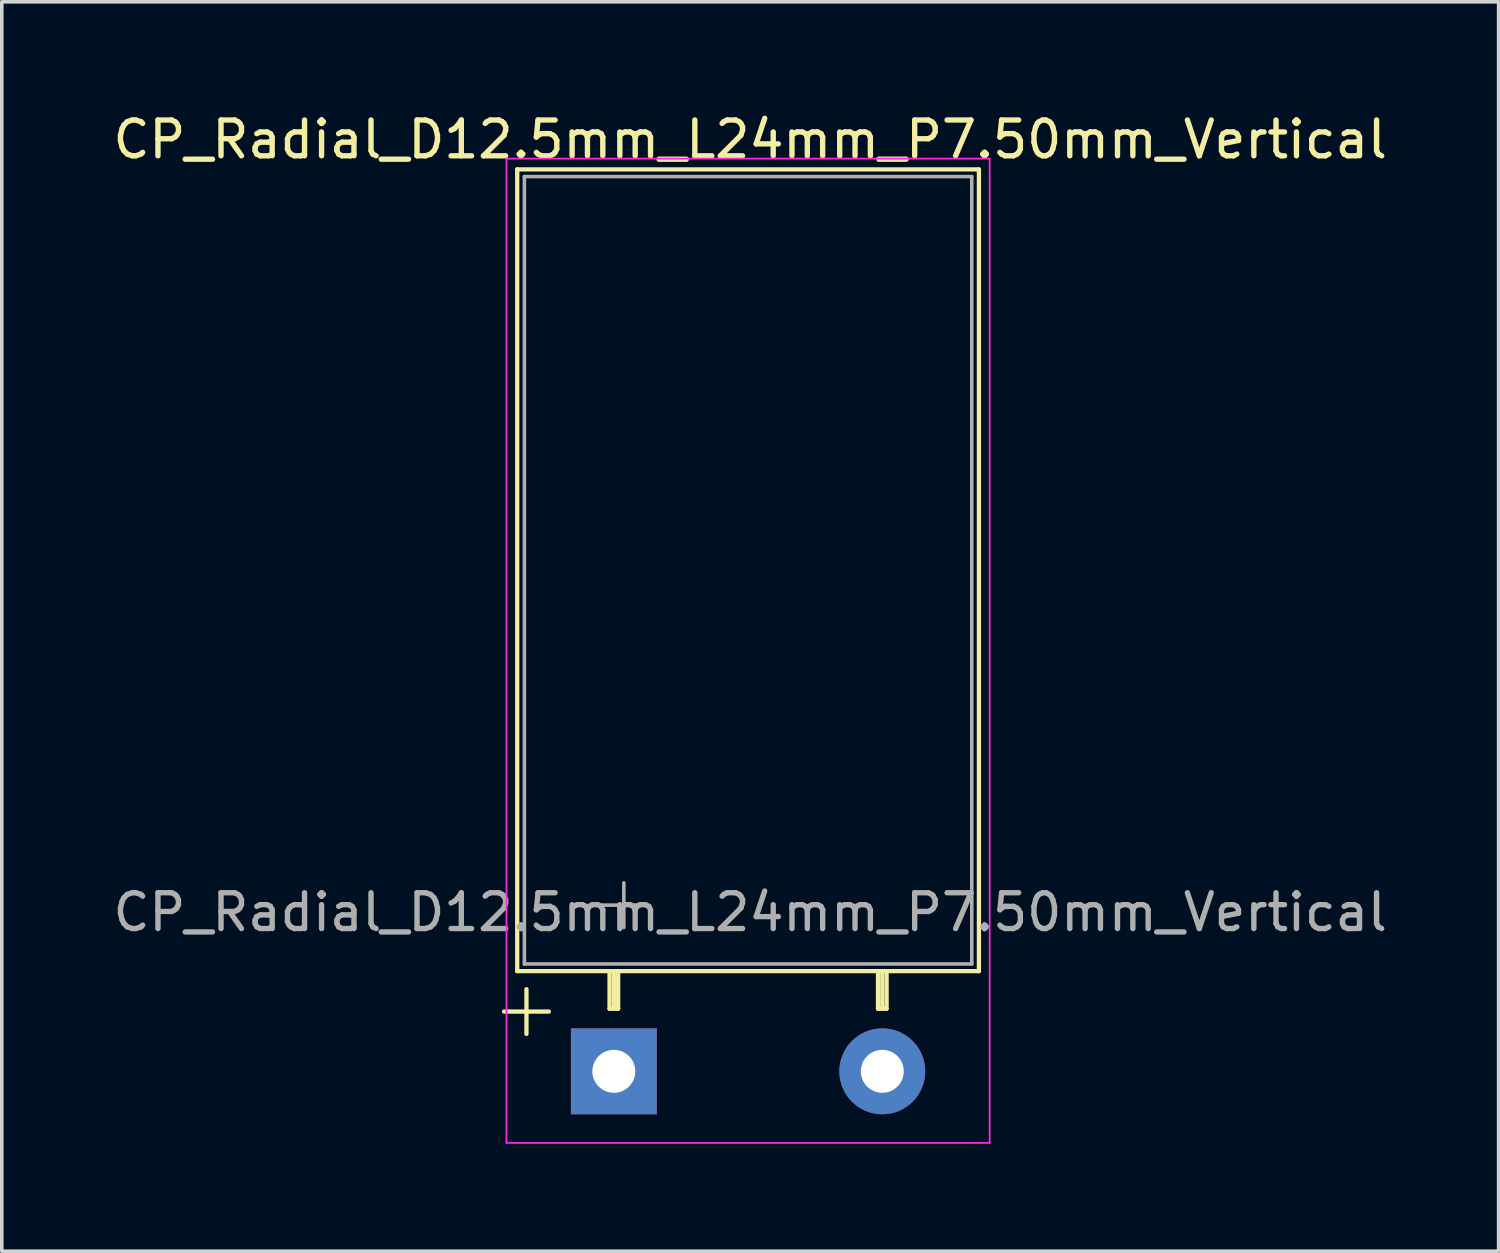
<source format=kicad_pcb>
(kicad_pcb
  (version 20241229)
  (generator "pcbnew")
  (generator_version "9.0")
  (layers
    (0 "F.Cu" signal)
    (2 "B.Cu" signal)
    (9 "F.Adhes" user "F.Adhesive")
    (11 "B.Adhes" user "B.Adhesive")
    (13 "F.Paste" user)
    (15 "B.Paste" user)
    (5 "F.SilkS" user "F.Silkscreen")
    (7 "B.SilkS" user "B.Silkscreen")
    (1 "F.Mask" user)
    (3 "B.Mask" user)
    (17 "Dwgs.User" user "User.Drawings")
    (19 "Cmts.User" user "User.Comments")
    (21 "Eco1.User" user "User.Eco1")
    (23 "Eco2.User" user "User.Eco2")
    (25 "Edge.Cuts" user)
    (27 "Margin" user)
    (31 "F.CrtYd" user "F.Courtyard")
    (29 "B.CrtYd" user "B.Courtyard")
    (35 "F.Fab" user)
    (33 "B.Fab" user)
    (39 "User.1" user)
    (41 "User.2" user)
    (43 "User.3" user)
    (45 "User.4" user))
  (footprint "CP_Radial_D12.5mm_L24mm_P7.50mm_Vertical"
    (layer "F.Cu")
    (at 14.101 26.883)
    (property "Reference" "CP_Radial_D12.5mm_L24mm_P7.50mm_Vertical" (at 3.81 -26.035 0) (layer "F.SilkS") (effects (font (size 1 1) (thickness 0.15))))
    (attr through_hole)
    (fp_line (start -3.067 -1.67) (end -1.817 -1.67) (stroke (width 0.12) (type solid)) (layer "F.SilkS"))
    (fp_line (start -2.7 -25.2) (end -2.7 -2.8) (stroke (width 0.12) (type solid)) (layer "F.SilkS"))
    (fp_line (start -2.7 -25.2) (end 10.2 -25.2) (stroke (width 0.12) (type solid)) (layer "F.SilkS"))
    (fp_line (start -2.7 -2.8) (end 10.2 -2.8) (stroke (width 0.12) (type solid)) (layer "F.SilkS"))
    (fp_line (start -2.442 -2.295) (end -2.442 -1.045) (stroke (width 0.12) (type solid)) (layer "F.SilkS"))
    (fp_line (start -0.12 -2.8) (end -0.12 -1.75) (stroke (width 0.12) (type solid)) (layer "F.SilkS"))
    (fp_line (start -0.12 -1.75) (end 0.12 -1.75) (stroke (width 0.12) (type solid)) (layer "F.SilkS"))
    (fp_line (start 0 -2.8) (end 0 -1.75) (stroke (width 0.12) (type solid)) (layer "F.SilkS"))
    (fp_line (start 0.12 -2.8) (end 0.12 -1.75) (stroke (width 0.12) (type solid)) (layer "F.SilkS"))
    (fp_line (start 7.38 -2.8) (end 7.38 -1.75) (stroke (width 0.12) (type solid)) (layer "F.SilkS"))
    (fp_line (start 7.38 -1.75) (end 7.62 -1.75) (stroke (width 0.12) (type solid)) (layer "F.SilkS"))
    (fp_line (start 7.5 -2.8) (end 7.5 -1.75) (stroke (width 0.12) (type solid)) (layer "F.SilkS"))
    (fp_line (start 7.62 -2.8) (end 7.62 -1.75) (stroke (width 0.12) (type solid)) (layer "F.SilkS"))
    (fp_line (start 10.2 -25.2) (end 10.2 -2.8) (stroke (width 0.12) (type solid)) (layer "F.SilkS"))
    (fp_line (start -3 -25.5) (end -3 2) (stroke (width 0.05) (type solid)) (layer "F.CrtYd"))
    (fp_line (start -3 -25.5) (end 10.5 -25.5) (stroke (width 0.05) (type solid)) (layer "F.CrtYd"))
    (fp_line (start -3 2) (end 10.5 2) (stroke (width 0.05) (type solid)) (layer "F.CrtYd"))
    (fp_line (start 10.5 -25.5) (end 10.5 2) (stroke (width 0.05) (type solid)) (layer "F.CrtYd"))
    (fp_line (start -2.5 -25) (end -2.5 -3) (stroke (width 0.1) (type solid)) (layer "F.Fab"))
    (fp_line (start -2.5 -25) (end 10 -25) (stroke (width 0.1) (type solid)) (layer "F.Fab"))
    (fp_line (start -2.5 -3) (end 10 -3) (stroke (width 0.1) (type solid)) (layer "F.Fab"))
    (fp_line (start -0.346 -4.643) (end 0.904 -4.643) (stroke (width 0.1) (type solid)) (layer "F.Fab"))
    (fp_line (start 0.279 -5.268) (end 0.279 -4.018) (stroke (width 0.1) (type solid)) (layer "F.Fab"))
    (fp_line (start 10 -3) (end 10 -25) (stroke (width 0.1) (type solid)) (layer "F.Fab"))
    (fp_text user "${REFERENCE}" (at 3.81 -4.445 0) (layer "F.Fab") (effects (font (size 1 1) (thickness 0.15))))
    (pad "1" thru_hole rect (at 0 0) (size 2.4 2.4) (drill 1.2) (layers "*.Cu" "*.Mask"))
    (pad "2" thru_hole circle (at 7.5 0) (size 2.4 2.4) (drill 1.2) (layers "*.Cu" "*.Mask")))
  (gr_rect
    (start -3 -3)
    (end 38.821 31.908)
    (stroke (width 0.1) (type default))
    (fill no)
    (layer "Edge.Cuts")))
</source>
